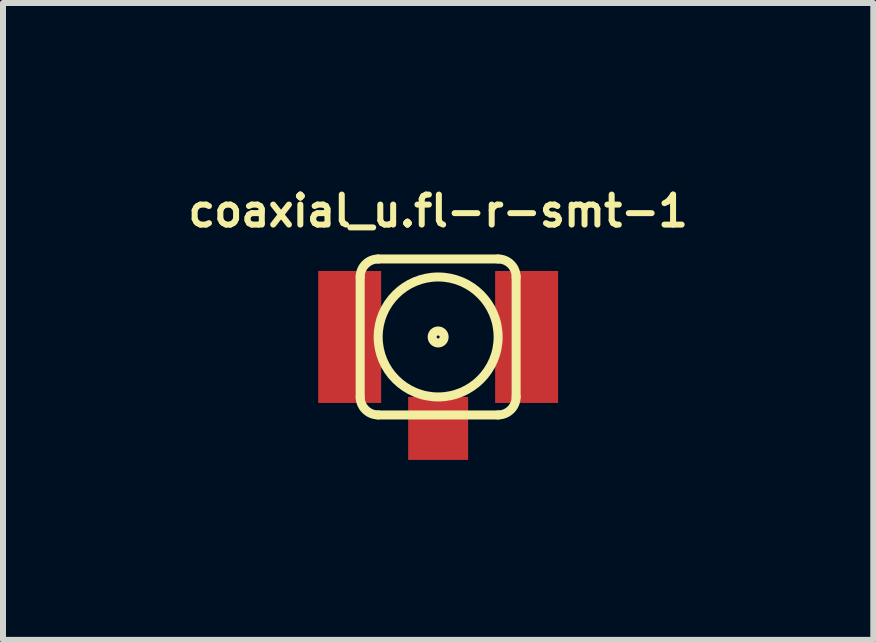
<source format=kicad_pcb>
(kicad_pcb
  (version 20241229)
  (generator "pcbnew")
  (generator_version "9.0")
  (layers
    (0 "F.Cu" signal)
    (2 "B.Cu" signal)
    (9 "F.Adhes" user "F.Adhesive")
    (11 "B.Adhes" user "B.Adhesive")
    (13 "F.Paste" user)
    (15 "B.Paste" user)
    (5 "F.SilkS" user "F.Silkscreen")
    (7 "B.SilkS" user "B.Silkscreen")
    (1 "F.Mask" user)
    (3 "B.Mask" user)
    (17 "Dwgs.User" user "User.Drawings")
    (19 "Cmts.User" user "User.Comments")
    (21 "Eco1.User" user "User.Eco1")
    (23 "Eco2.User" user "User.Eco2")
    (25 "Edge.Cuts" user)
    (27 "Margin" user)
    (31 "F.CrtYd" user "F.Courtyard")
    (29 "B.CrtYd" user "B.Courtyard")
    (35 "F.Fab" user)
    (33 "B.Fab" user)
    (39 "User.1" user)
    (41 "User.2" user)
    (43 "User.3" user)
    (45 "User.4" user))
  (footprint "coaxial_u.fl-r-smt-1"
    (layer "F.Cu")
    (at 4.255 2.568)
    (property "Reference" "coaxial_u.fl-r-smt-1" (at 0 -2.1 0) (layer "F.SilkS") (effects (font (size 0.5 0.5) (thickness 0.1))))
    (attr smd)
    (fp_line (start -1.3 1) (end -1.3 -1) (stroke (width 0.15) (type solid)) (layer "F.SilkS"))
    (fp_line (start -1 -1.3) (end 1 -1.3) (stroke (width 0.15) (type solid)) (layer "F.SilkS"))
    (fp_line (start 1 1.3) (end -1 1.3) (stroke (width 0.15) (type solid)) (layer "F.SilkS"))
    (fp_line (start 1.3 -1) (end 1.3 1) (stroke (width 0.15) (type solid)) (layer "F.SilkS"))
    (fp_arc (start -1.3 -1) (mid -1.212132 -1.212132) (end -1 -1.3) (stroke (width 0.15) (type solid)) (layer "F.SilkS"))
    (fp_arc (start -1 1.3) (mid -1.212132 1.212132) (end -1.3 1) (stroke (width 0.15) (type solid)) (layer "F.SilkS"))
    (fp_arc (start 1 -1.3) (mid 1.212132 -1.212132) (end 1.3 -1) (stroke (width 0.15) (type solid)) (layer "F.SilkS"))
    (fp_arc (start 1.3 1) (mid 1.212132 1.212132) (end 1 1.3) (stroke (width 0.15) (type solid)) (layer "F.SilkS"))
    (fp_circle (center 0 0) (end -1 0) (stroke (width 0.15) (type solid)) (fill no) (layer "F.SilkS"))
    (fp_circle (center 0 0) (end -0.1 0) (stroke (width 0.15) (type solid)) (fill no) (layer "F.SilkS"))
    (pad "1" smd rect (at 0 1.525) (size 1 1.05) (layers "F.Cu" "F.Mask" "F.Paste"))
    (pad "2" smd rect (at -1.475 0) (size 1.05 2.2) (layers "F.Cu" "F.Mask" "F.Paste"))
    (pad "2" smd rect (at 1.475 0) (size 1.05 2.2) (layers "F.Cu" "F.Mask" "F.Paste")))
  (gr_rect
    (start -3 -3)
    (end 11.51 7.618)
    (stroke (width 0.1) (type default))
    (fill no)
    (layer "Edge.Cuts")))
</source>
